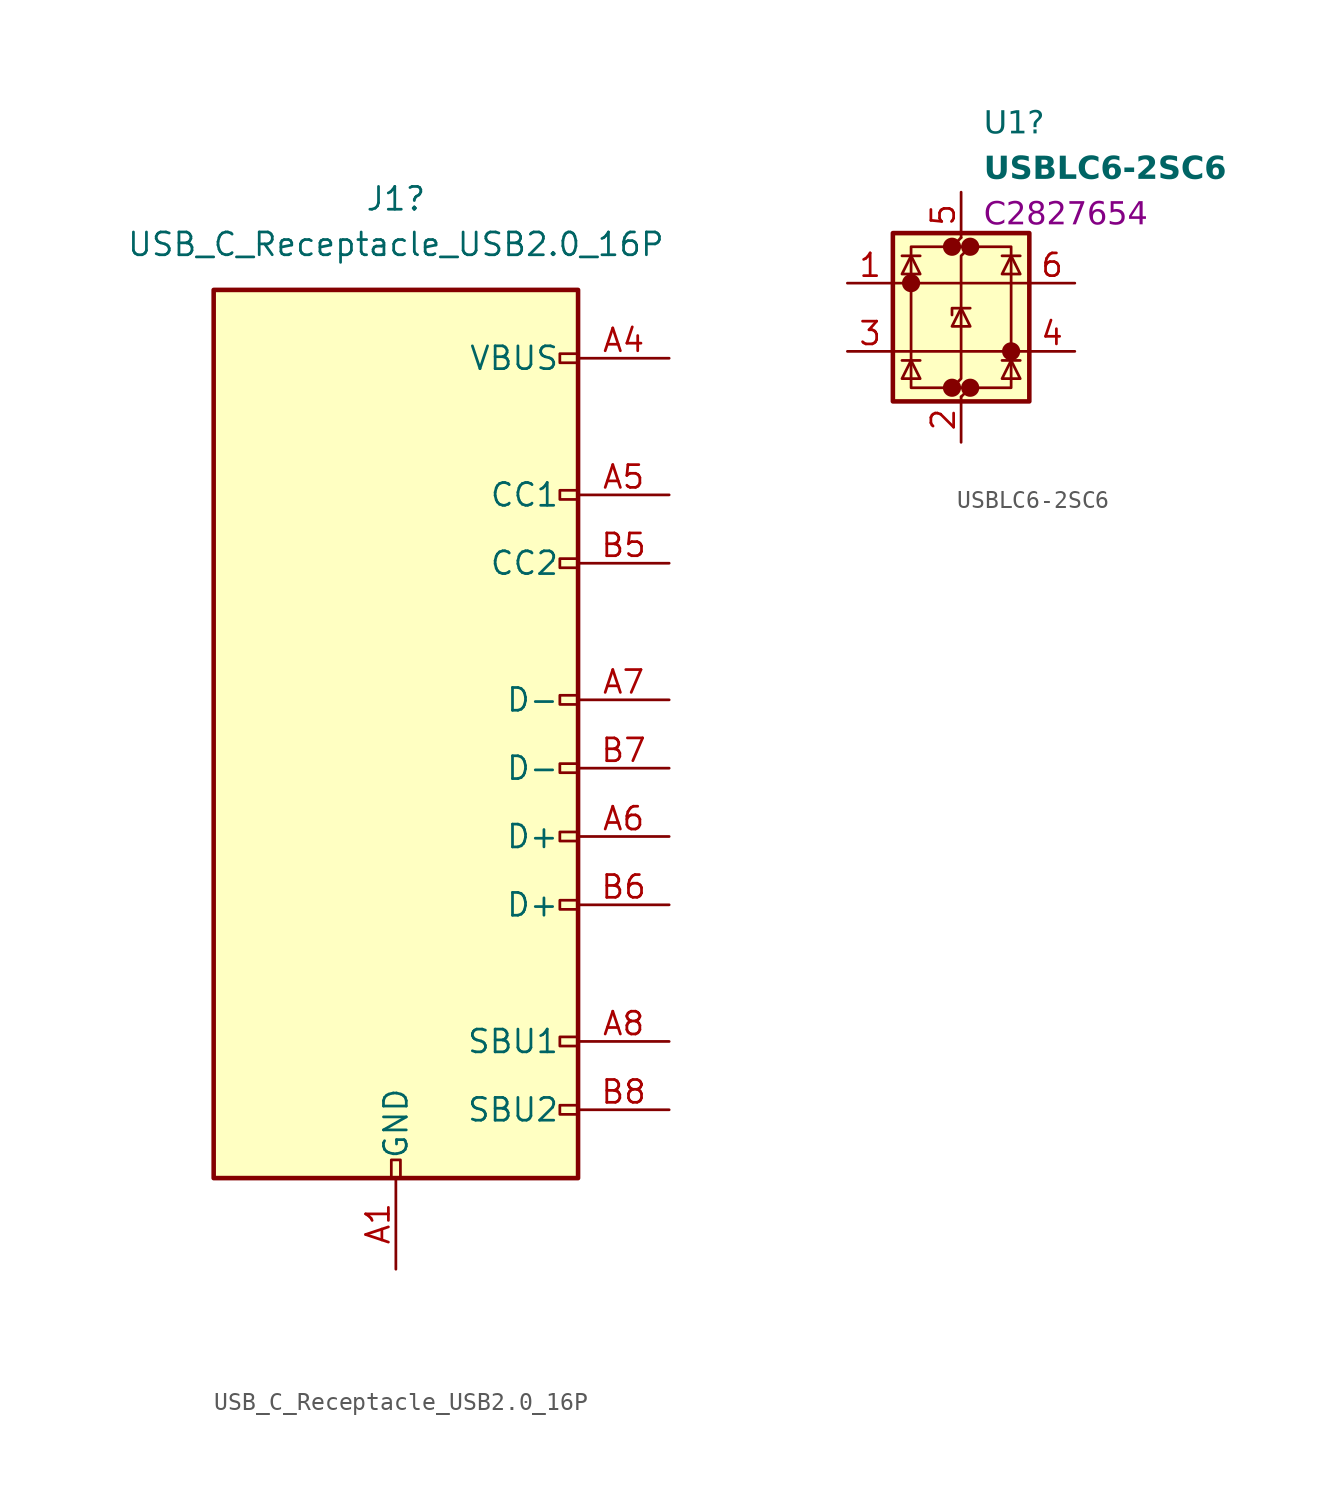
<source format=kicad_sym>
(kicad_symbol_lib
  (version 20231120)
  (generator "kicad_symbol_editor")
  (generator_version "8.0")
  (symbol "USB_C_Receptacle_USB2.0_16P"
    (pin_names
      (offset 1.016))
    (property "Reference" "J1"
      (at 0 29.21 0)
      (effects (font (size 1.27 1.27))))
    (property "Value" "USB_C_Receptacle_USB2.0_16P"
      (at 0 26.67 0)
      (effects (font (size 1.27 1.27))))
    (symbol "USB_C_Receptacle_USB2.0_16P_0_0"
      (rectangle (start -0.254 -25.4) (end 0.254 -24.384) (stroke (width 0) (type default)) (fill (type none)))
      (rectangle (start 10.16 -21.336) (end 9.144 -21.844) (stroke (width 0) (type default)) (fill (type none)))
      (rectangle (start 10.16 -17.526) (end 9.144 -18.034) (stroke (width 0) (type default)) (fill (type none)))
      (rectangle (start 10.16 -9.906) (end 9.144 -10.414) (stroke (width 0) (type default)) (fill (type none)))
      (rectangle (start 10.16 -6.096) (end 9.144 -6.604) (stroke (width 0) (type default)) (fill (type none)))
      (rectangle (start 10.16 -2.286) (end 9.144 -2.794) (stroke (width 0) (type default)) (fill (type none)))
      (rectangle (start 10.16 1.524) (end 9.144 1.016) (stroke (width 0) (type default)) (fill (type none)))
      (rectangle (start 10.16 9.144) (end 9.144 8.636) (stroke (width 0) (type default)) (fill (type none)))
      (rectangle (start 10.16 12.954) (end 9.144 12.446) (stroke (width 0) (type default)) (fill (type none)))
      (rectangle (start 10.16 20.574) (end 9.144 20.066) (stroke (width 0) (type default)) (fill (type none))))
    (symbol "USB_C_Receptacle_USB2.0_16P_0_1"
      (rectangle (start -10.16 24.13) (end 10.16 -25.4) (stroke (width 0.254) (type default)) (fill (type background))))
    (symbol "USB_C_Receptacle_USB2.0_16P_1_1"
      (pin passive line (at 0 -30.48 90) (length 5.08) (name "GND" (effects (font (size 1.27 1.27)))) (number "A1" (effects (font (size 1.27 1.27)))))
      (pin passive line (at 0 -30.48 90) (length 5.08) hide (name "GND" (effects (font (size 1.27 1.27)))) (number "A12" (effects (font (size 1.27 1.27)))))
      (pin passive line (at 15.24 20.32 180) (length 5.08) (name "VBUS" (effects (font (size 1.27 1.27)))) (number "A4" (effects (font (size 1.27 1.27)))))
      (pin bidirectional line (at 15.24 12.7 180) (length 5.08) (name "CC1" (effects (font (size 1.27 1.27)))) (number "A5" (effects (font (size 1.27 1.27)))))
      (pin bidirectional line (at 15.24 -6.35 180) (length 5.08) (name "D+" (effects (font (size 1.27 1.27)))) (number "A6" (effects (font (size 1.27 1.27)))))
      (pin bidirectional line (at 15.24 1.27 180) (length 5.08) (name "D-" (effects (font (size 1.27 1.27)))) (number "A7" (effects (font (size 1.27 1.27)))))
      (pin bidirectional line (at 15.24 -17.78 180) (length 5.08) (name "SBU1" (effects (font (size 1.27 1.27)))) (number "A8" (effects (font (size 1.27 1.27)))))
      (pin passive line (at 15.24 20.32 180) (length 5.08) hide (name "VBUS" (effects (font (size 1.27 1.27)))) (number "A9" (effects (font (size 1.27 1.27)))))
      (pin passive line (at 0 -30.48 90) (length 5.08) hide (name "GND" (effects (font (size 1.27 1.27)))) (number "B1" (effects (font (size 1.27 1.27)))))
      (pin passive line (at 0 -30.48 90) (length 5.08) hide (name "GND" (effects (font (size 1.27 1.27)))) (number "B12" (effects (font (size 1.27 1.27)))))
      (pin passive line (at 15.24 20.32 180) (length 5.08) hide (name "VBUS" (effects (font (size 1.27 1.27)))) (number "B4" (effects (font (size 1.27 1.27)))))
      (pin bidirectional line (at 15.24 8.89 180) (length 5.08) (name "CC2" (effects (font (size 1.27 1.27)))) (number "B5" (effects (font (size 1.27 1.27)))))
      (pin bidirectional line (at 15.24 -10.16 180) (length 5.08) (name "D+" (effects (font (size 1.27 1.27)))) (number "B6" (effects (font (size 1.27 1.27)))))
      (pin bidirectional line (at 15.24 -2.54 180) (length 5.08) (name "D-" (effects (font (size 1.27 1.27)))) (number "B7" (effects (font (size 1.27 1.27)))))
      (pin bidirectional line (at 15.24 -21.59 180) (length 5.08) (name "SBU2" (effects (font (size 1.27 1.27)))) (number "B8" (effects (font (size 1.27 1.27)))))
      (pin passive line (at 15.24 20.32 180) (length 5.08) hide (name "VBUS" (effects (font (size 1.27 1.27)))) (number "B9" (effects (font (size 1.27 1.27)))))
      (pin passive line (at 0 -30.48 90) (length 5.08) hide (name "SHIELD" (effects (font (size 1.27 1.27)))) (number "S1" (effects (font (size 1.27 1.27)))))))
  (symbol "USBLC6-2SC6"
    (pin_names hide)
    (property "Reference" "U1"
      (at 1.27 10.16 0)
      (effects (font (face "Lexend") (size 1.27 1.27)) (justify left)))
    (property "Value" "USBLC6-2SC6"
      (at 1.27 7.62 0)
      (effects (font (face "Lexend") (size 1.27 1.27) (thickness 0.254) (bold yes)) (justify left)))
    (property "LCSC" "C2827654"
      (at 1.27 5.08 0)
      (effects (font (face "Lexend") (size 1.27 1.27)) (justify left)))
    (symbol "USBLC6-2SC6_0_0"
      (circle (center -2.794 1.27) (radius 0.0001) (stroke (width 0.508) (type default)) (fill (type none)))
      (circle (center -0.508 -4.572) (radius 0.0001) (stroke (width 0.508) (type default)) (fill (type none)))
      (circle (center -0.508 3.302) (radius 0.0001) (stroke (width 0.508) (type default)) (fill (type none)))
      (circle (center 0.508 -4.572) (radius 0.0001) (stroke (width 0.508) (type default)) (fill (type none)))
      (circle (center 0.508 3.302) (radius 0.0001) (stroke (width 0.508) (type default)) (fill (type none)))
      (circle (center 2.794 -2.54) (radius 0.0001) (stroke (width 0.508) (type default)) (fill (type none))))
    (symbol "USBLC6-2SC6_0_1"
      (polyline (pts (xy -3.81 -2.54) (xy 3.81 -2.54)) (stroke (width 0) (type default)) (fill (type none)))
      (polyline (pts (xy -3.81 1.27) (xy 3.81 1.27)) (stroke (width 0) (type default)) (fill (type none)))
      (polyline (pts (xy -3.302 -3.048) (xy -2.286 -3.048)) (stroke (width 0) (type default)) (fill (type none)))
      (polyline (pts (xy -2.286 2.794) (xy -3.302 2.794)) (stroke (width 0) (type default)) (fill (type none)))
      (polyline (pts (xy 2.286 -3.048) (xy 3.302 -3.048)) (stroke (width 0) (type default)) (fill (type none)))
      (polyline (pts (xy 2.286 2.794) (xy 3.302 2.794)) (stroke (width 0) (type default)) (fill (type none)))
      (polyline (pts (xy -0.508 -0.508) (xy -0.508 -0.127) (xy 0.508 -0.127)) (stroke (width 0) (type default)) (fill (type none)))
      (polyline (pts (xy -3.302 1.778) (xy -2.286 1.778) (xy -2.794 2.794) (xy -3.302 1.778)) (stroke (width 0) (type default)) (fill (type none)))
      (polyline (pts (xy -2.286 -4.064) (xy -3.302 -4.064) (xy -2.794 -3.048) (xy -2.286 -4.064)) (stroke (width 0) (type default)) (fill (type none)))
      (polyline (pts (xy 0.508 -1.143) (xy -0.508 -1.143) (xy 0 -0.127) (xy 0.508 -1.143)) (stroke (width 0) (type default)) (fill (type none)))
      (polyline (pts (xy 3.302 -4.064) (xy 2.286 -4.064) (xy 2.794 -3.048) (xy 3.302 -4.064)) (stroke (width 0) (type default)) (fill (type none)))
      (polyline (pts (xy 3.302 1.778) (xy 2.286 1.778) (xy 2.794 2.794) (xy 3.302 1.778)) (stroke (width 0) (type default)) (fill (type none)))
      (polyline (pts (xy 0 3.81) (xy -0.508 3.302) (xy 0.508 3.302) (xy 0 2.794) (xy 0 -4.064) (xy -0.508 -4.572) (xy 0.508 -4.572) (xy 0 -5.08)) (stroke (width 0) (type default)) (fill (type none))))
    (symbol "USBLC6-2SC6_1_1"
      (rectangle (start -3.81 4.064) (end 3.81 -5.334) (stroke (width 0.254) (type default)) (fill (type background)))
      (polyline (pts (xy -0.508 3.302) (xy -2.794 3.302) (xy -2.794 -4.572) (xy -0.508 -4.572)) (stroke (width 0) (type default)) (fill (type none)))
      (polyline (pts (xy 0.508 -4.572) (xy 2.794 -4.572) (xy 2.794 3.302) (xy 0.508 3.302)) (stroke (width 0) (type default)) (fill (type none)))
      (pin passive line (at -6.35 1.27 0) (length 2.54) (name "I/O1" (effects (font (size 1.27 1.27)))) (number "1" (effects (font (size 1.27 1.27)))))
      (pin passive line (at 0 -7.62 90) (length 2.54) (name "GND" (effects (font (size 1.27 1.27)))) (number "2" (effects (font (size 1.27 1.27)))))
      (pin passive line (at -6.35 -2.54 0) (length 2.54) (name "I/O2" (effects (font (size 1.27 1.27)))) (number "3" (effects (font (size 1.27 1.27)))))
      (pin passive line (at 6.35 -2.54 180) (length 2.54) (name "I/O2" (effects (font (size 1.27 1.27)))) (number "4" (effects (font (size 1.27 1.27)))))
      (pin passive line (at 0 6.35 270) (length 2.54) (name "VBUS" (effects (font (size 1.27 1.27)))) (number "5" (effects (font (size 1.27 1.27)))))
      (pin passive line (at 6.35 1.27 180) (length 2.54) (name "I/O1" (effects (font (size 1.27 1.27)))) (number "6" (effects (font (size 1.27 1.27))))))))
</source>
